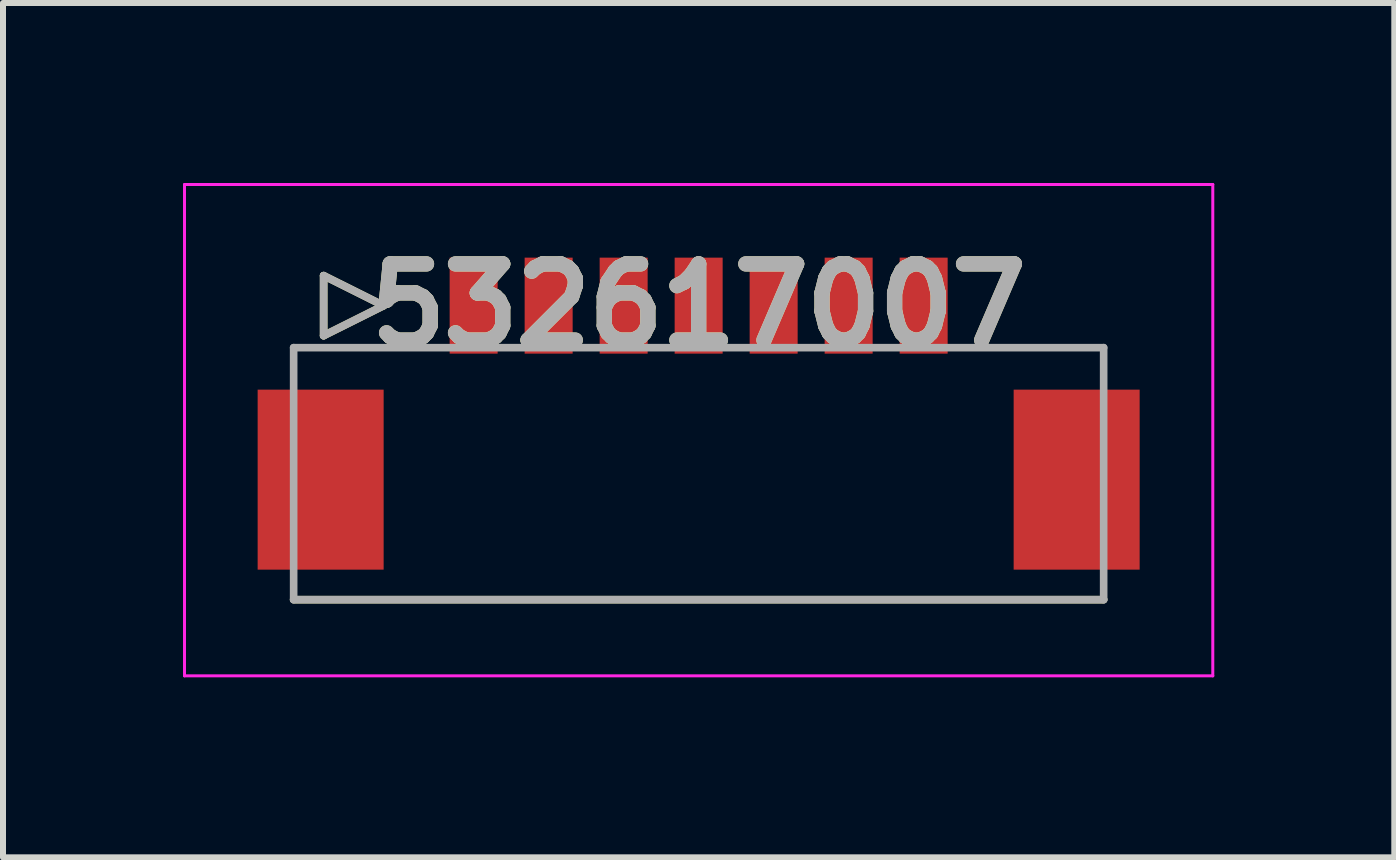
<source format=kicad_pcb>
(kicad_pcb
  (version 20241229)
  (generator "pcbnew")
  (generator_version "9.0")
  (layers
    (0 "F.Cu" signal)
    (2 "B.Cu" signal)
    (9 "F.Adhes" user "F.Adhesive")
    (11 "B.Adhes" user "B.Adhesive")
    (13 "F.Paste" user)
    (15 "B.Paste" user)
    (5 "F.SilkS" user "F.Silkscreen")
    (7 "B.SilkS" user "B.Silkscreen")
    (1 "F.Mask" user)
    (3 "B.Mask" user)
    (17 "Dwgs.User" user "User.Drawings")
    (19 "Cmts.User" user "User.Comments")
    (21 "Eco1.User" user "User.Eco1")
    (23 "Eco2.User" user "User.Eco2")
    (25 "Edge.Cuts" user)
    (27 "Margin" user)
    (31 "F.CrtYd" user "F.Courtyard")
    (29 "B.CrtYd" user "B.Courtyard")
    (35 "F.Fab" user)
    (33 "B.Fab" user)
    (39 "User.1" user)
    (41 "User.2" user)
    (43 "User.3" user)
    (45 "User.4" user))
  (footprint "532617007"
    (layer "F.Cu")
    (at 8.594 2.044)
    (property "Reference" "532617007" (at 0 0 0) (layer "F.SilkS") (effects (font (size 1.27 1.27) (thickness 0.254))))
    (attr smd)
    (fp_line (start -6.25 -0.5) (end -5.25 0) (stroke (width 0.127) (type solid)) (layer "F.SilkS"))
    (fp_line (start -6.25 0.5) (end -6.25 -0.5) (stroke (width 0.127) (type solid)) (layer "F.SilkS"))
    (fp_line (start -5.25 0) (end -6.25 0.5) (stroke (width 0.127) (type solid)) (layer "F.SilkS"))
    (fp_line (start 6.75 4.9) (end -6.75 4.9) (stroke (width 0.127) (type solid)) (layer "F.SilkS"))
    (fp_line (start -8.569 -2.019) (end 8.569 -2.019) (stroke (width 0.05) (type solid)) (layer "F.CrtYd"))
    (fp_line (start -8.569 6.17) (end -8.569 -2.019) (stroke (width 0.05) (type solid)) (layer "F.CrtYd"))
    (fp_line (start 8.569 -2.019) (end 8.569 6.17) (stroke (width 0.05) (type solid)) (layer "F.CrtYd"))
    (fp_line (start 8.569 6.17) (end -8.569 6.17) (stroke (width 0.05) (type solid)) (layer "F.CrtYd"))
    (fp_line (start -6.75 0.7) (end 6.75 0.7) (stroke (width 0.127) (type solid)) (layer "F.Fab"))
    (fp_line (start -6.75 4.9) (end -6.75 0.7) (stroke (width 0.127) (type solid)) (layer "F.Fab"))
    (fp_line (start -6.25 -0.5) (end -5.25 0) (stroke (width 0.127) (type solid)) (layer "F.Fab"))
    (fp_line (start -6.25 0.5) (end -6.25 -0.5) (stroke (width 0.127) (type solid)) (layer "F.Fab"))
    (fp_line (start -5.25 0) (end -6.25 0.5) (stroke (width 0.127) (type solid)) (layer "F.Fab"))
    (fp_line (start 6.75 0.7) (end 6.75 4.9) (stroke (width 0.127) (type solid)) (layer "F.Fab"))
    (fp_line (start 6.75 4.9) (end -6.75 4.9) (stroke (width 0.127) (type solid)) (layer "F.Fab"))
    (fp_text user "${REFERENCE}" (at 0 0 0) (layer "F.Fab") (effects (font (size 1.27 1.27) (thickness 0.254))))
    (pad "1" smd rect (at -3.75 0) (size 0.8 1.6) (layers "F.Cu" "F.Mask" "F.Paste"))
    (pad "2" smd rect (at -2.5 0) (size 0.8 1.6) (layers "F.Cu" "F.Mask" "F.Paste"))
    (pad "3" smd rect (at -1.25 0) (size 0.8 1.6) (layers "F.Cu" "F.Mask" "F.Paste"))
    (pad "4" smd rect (at 0 0) (size 0.8 1.6) (layers "F.Cu" "F.Mask" "F.Paste"))
    (pad "5" smd rect (at 1.25 0) (size 0.8 1.6) (layers "F.Cu" "F.Mask" "F.Paste"))
    (pad "6" smd rect (at 2.5 0) (size 0.8 1.6) (layers "F.Cu" "F.Mask" "F.Paste"))
    (pad "7" smd rect (at 3.75 0) (size 0.8 1.6) (layers "F.Cu" "F.Mask" "F.Paste"))
    (pad "8" smd rect (at -6.3 2.9) (size 2.1 3) (layers "F.Cu" "F.Mask" "F.Paste"))
    (pad "9" smd rect (at 6.3 2.9) (size 2.1 3) (layers "F.Cu" "F.Mask" "F.Paste")))
  (gr_rect
    (start -3 -3)
    (end 20.188 11.239)
    (stroke (width 0.1) (type default))
    (fill no)
    (layer "Edge.Cuts")))
</source>
